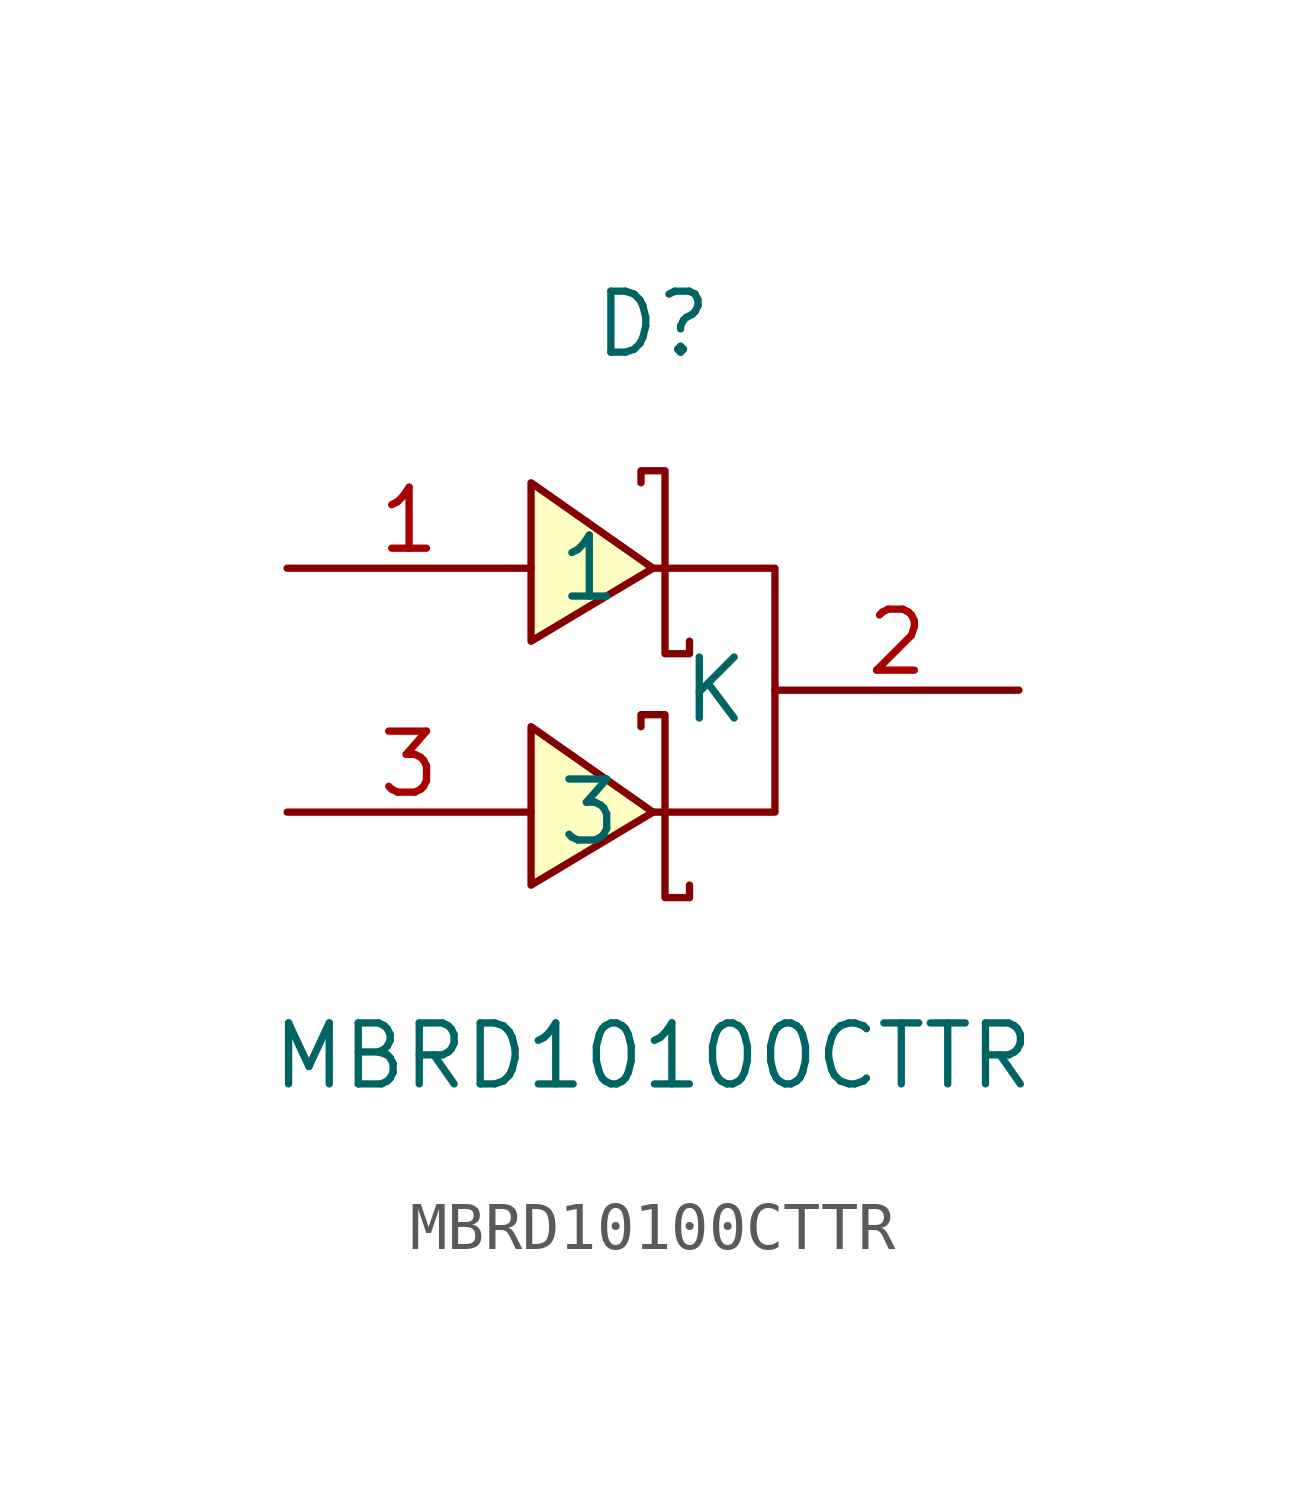
<source format=kicad_sym>
(kicad_symbol_lib
  (version 20241209)
  (generator "kicad_symbol_editor")
  (generator_version "9.0")
  (symbol "MBRD10100CTTR"
    (property "Reference" "D"
      (at 0 7.62 0)
      (effects (font (size 1.27 1.27))))
    (property "Value" "MBRD10100CTTR"
      (at 0 -7.62 0)
      (effects (font (size 1.27 1.27))))
    (symbol "MBRD10100CTTR_0_1"
      (polyline (pts (xy -2.54 1.02) (xy 0 2.54) (xy -2.54 4.32) (xy -2.54 1.02)) (stroke (width 0) (type default)) (fill (type background)))
      (polyline (pts (xy -2.54 -4.06) (xy 0 -2.54) (xy -2.54 -0.76) (xy -2.54 -4.06)) (stroke (width 0) (type default)) (fill (type background)))
      (polyline (pts (xy 0 2.54) (xy 2.54 2.54) (xy 2.54 -2.54) (xy 0 -2.54)) (stroke (width 0) (type default)) (fill (type none)))
      (polyline (pts (xy 0.76 1.02) (xy 0.76 0.76) (xy 0.25 0.76) (xy 0.25 4.57) (xy -0.25 4.57) (xy -0.25 4.32)) (stroke (width 0) (type default)) (fill (type none)))
      (polyline (pts (xy 0.76 -4.06) (xy 0.76 -4.32) (xy 0.25 -4.32) (xy 0.25 -0.51) (xy -0.25 -0.51) (xy -0.25 -0.76)) (stroke (width 0) (type default)) (fill (type none)))
      (pin unspecified line (at -7.62 2.54 0) (length 5.08) (name "1" (effects (font (size 1.27 1.27)))) (number "1" (effects (font (size 1.27 1.27)))))
      (pin unspecified line (at -7.62 -2.54 0) (length 5.08) (name "3" (effects (font (size 1.27 1.27)))) (number "3" (effects (font (size 1.27 1.27)))))
      (pin unspecified line (at 7.62 0 180) (length 5.08) (name "K" (effects (font (size 1.27 1.27)))) (number "2" (effects (font (size 1.27 1.27))))))))
</source>
